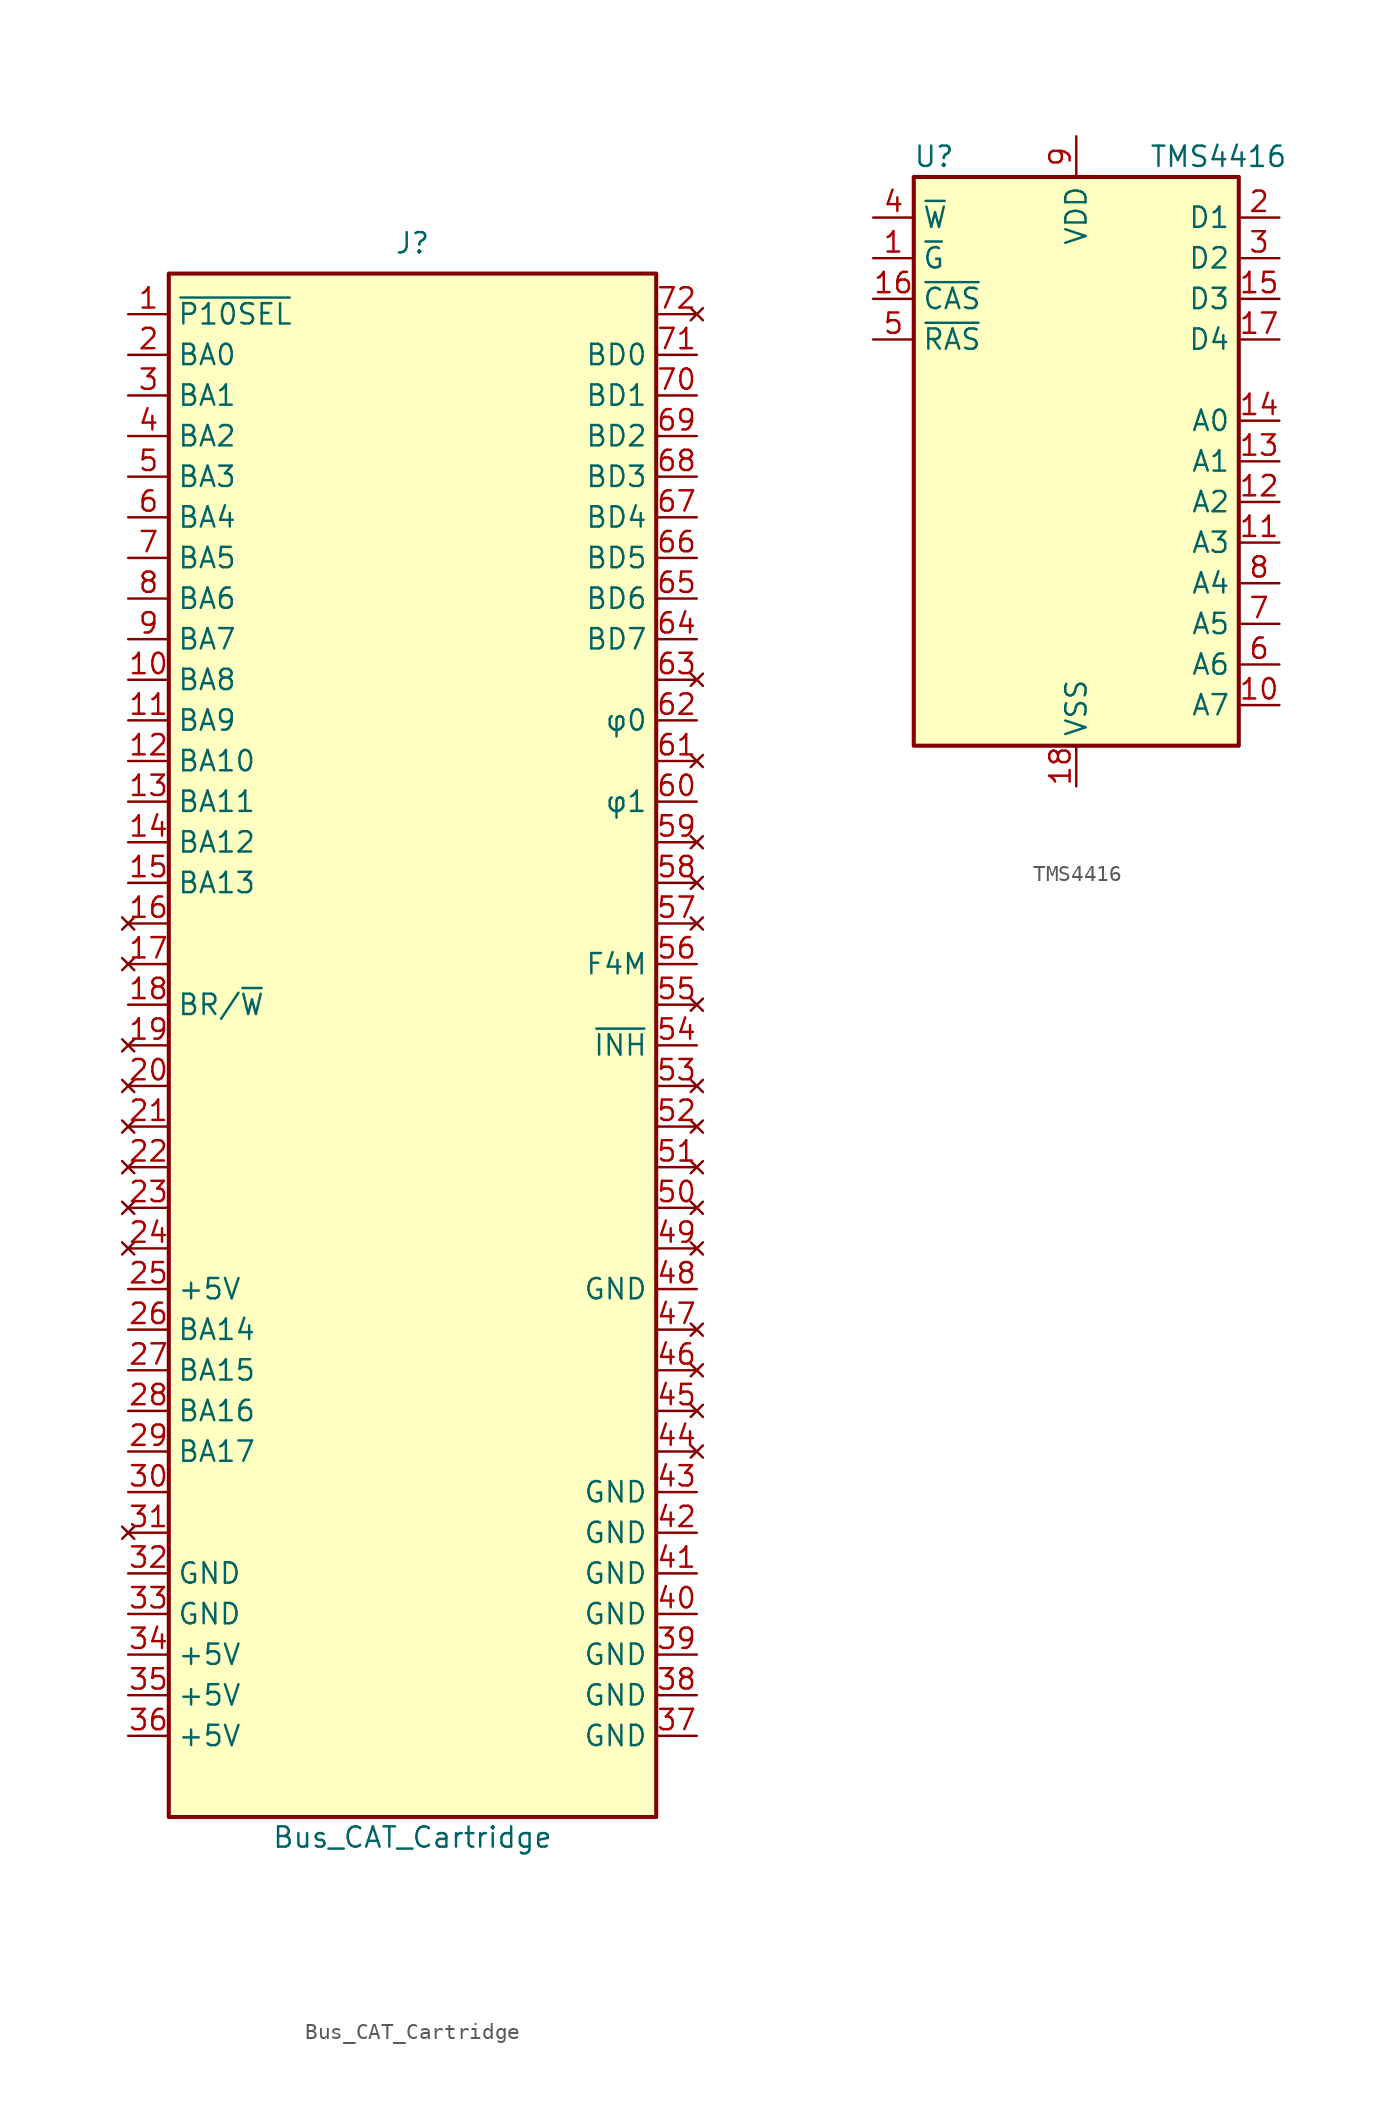
<source format=kicad_sym>
(kicad_symbol_lib
  (version 20211014)
  (generator kicad_symbol_editor)
  (symbol "Bus_CAT_Cartridge"
    (property "Reference" "J"
      (at 0 42.545 0)
      (effects (font (size 1.27 1.27))))
    (property "Value" "Bus_CAT_Cartridge"
      (at 0 -57.15 0)
      (effects (font (size 1.27 1.27))))
    (symbol "Bus_CAT_Cartridge_0_1"
      (rectangle (start -15.24 40.64) (end 15.24 -55.88) (stroke (width 0.254) (type default) (color 0 0 0 0)) (fill (type background))))
    (symbol "Bus_CAT_Cartridge_1_1"
      (pin passive line (at -17.78 38.1 0) (length 2.54) (name "~{P10SEL}" (effects (font (size 1.27 1.27)))) (number "1" (effects (font (size 1.27 1.27)))))
      (pin tri_state line (at -17.78 15.24 0) (length 2.54) (name "BA8" (effects (font (size 1.27 1.27)))) (number "10" (effects (font (size 1.27 1.27)))))
      (pin tri_state line (at -17.78 12.7 0) (length 2.54) (name "BA9" (effects (font (size 1.27 1.27)))) (number "11" (effects (font (size 1.27 1.27)))))
      (pin tri_state line (at -17.78 10.16 0) (length 2.54) (name "BA10" (effects (font (size 1.27 1.27)))) (number "12" (effects (font (size 1.27 1.27)))))
      (pin tri_state line (at -17.78 7.62 0) (length 2.54) (name "BA11" (effects (font (size 1.27 1.27)))) (number "13" (effects (font (size 1.27 1.27)))))
      (pin tri_state line (at -17.78 5.08 0) (length 2.54) (name "BA12" (effects (font (size 1.27 1.27)))) (number "14" (effects (font (size 1.27 1.27)))))
      (pin tri_state line (at -17.78 2.54 0) (length 2.54) (name "BA13" (effects (font (size 1.27 1.27)))) (number "15" (effects (font (size 1.27 1.27)))))
      (pin no_connect line (at -17.78 0 0) (length 2.54) (name "" (effects (font (size 1.27 1.27)))) (number "16" (effects (font (size 1.27 1.27)))))
      (pin no_connect line (at -17.78 -2.54 0) (length 2.54) (name "" (effects (font (size 1.27 1.27)))) (number "17" (effects (font (size 1.27 1.27)))))
      (pin passive line (at -17.78 -5.08 0) (length 2.54) (name "BR/~{W}" (effects (font (size 1.27 1.27)))) (number "18" (effects (font (size 1.27 1.27)))))
      (pin no_connect line (at -17.78 -7.62 0) (length 2.54) (name "" (effects (font (size 1.27 1.27)))) (number "19" (effects (font (size 1.27 1.27)))))
      (pin tri_state line (at -17.78 35.56 0) (length 2.54) (name "BA0" (effects (font (size 1.27 1.27)))) (number "2" (effects (font (size 1.27 1.27)))))
      (pin no_connect line (at -17.78 -10.16 0) (length 2.54) (name "" (effects (font (size 1.27 1.27)))) (number "20" (effects (font (size 1.27 1.27)))))
      (pin no_connect line (at -17.78 -12.7 0) (length 2.54) (name "" (effects (font (size 1.27 1.27)))) (number "21" (effects (font (size 1.27 1.27)))))
      (pin no_connect line (at -17.78 -15.24 0) (length 2.54) (name "" (effects (font (size 1.27 1.27)))) (number "22" (effects (font (size 1.27 1.27)))))
      (pin no_connect line (at -17.78 -17.78 0) (length 2.54) (name "" (effects (font (size 1.27 1.27)))) (number "23" (effects (font (size 1.27 1.27)))))
      (pin no_connect line (at -17.78 -20.32 0) (length 2.54) (name "" (effects (font (size 1.27 1.27)))) (number "24" (effects (font (size 1.27 1.27)))))
      (pin power_in line (at -17.78 -22.86 0) (length 2.54) (name "+5V" (effects (font (size 1.27 1.27)))) (number "25" (effects (font (size 1.27 1.27)))))
      (pin tri_state line (at -17.78 -25.4 0) (length 2.54) (name "BA14" (effects (font (size 1.27 1.27)))) (number "26" (effects (font (size 1.27 1.27)))))
      (pin tri_state line (at -17.78 -27.94 0) (length 2.54) (name "BA15" (effects (font (size 1.27 1.27)))) (number "27" (effects (font (size 1.27 1.27)))))
      (pin tri_state line (at -17.78 -30.48 0) (length 2.54) (name "BA16" (effects (font (size 1.27 1.27)))) (number "28" (effects (font (size 1.27 1.27)))))
      (pin tri_state line (at -17.78 -33.02 0) (length 2.54) (name "BA17" (effects (font (size 1.27 1.27)))) (number "29" (effects (font (size 1.27 1.27)))))
      (pin tri_state line (at -17.78 33.02 0) (length 2.54) (name "BA1" (effects (font (size 1.27 1.27)))) (number "3" (effects (font (size 1.27 1.27)))))
      (pin passive line (at -17.78 -35.56 0) (length 2.54) (name "" (effects (font (size 1.27 1.27)))) (number "30" (effects (font (size 1.27 1.27)))))
      (pin no_connect line (at -17.78 -38.1 0) (length 2.54) (name "" (effects (font (size 1.27 1.27)))) (number "31" (effects (font (size 1.27 1.27)))))
      (pin power_in line (at -17.78 -40.64 0) (length 2.54) (name "GND" (effects (font (size 1.27 1.27)))) (number "32" (effects (font (size 1.27 1.27)))))
      (pin power_in line (at -17.78 -43.18 0) (length 2.54) (name "GND" (effects (font (size 1.27 1.27)))) (number "33" (effects (font (size 1.27 1.27)))))
      (pin power_in line (at -17.78 -45.72 0) (length 2.54) (name "+5V" (effects (font (size 1.27 1.27)))) (number "34" (effects (font (size 1.27 1.27)))))
      (pin power_in line (at -17.78 -48.26 0) (length 2.54) (name "+5V" (effects (font (size 1.27 1.27)))) (number "35" (effects (font (size 1.27 1.27)))))
      (pin power_in line (at -17.78 -50.8 0) (length 2.54) (name "+5V" (effects (font (size 1.27 1.27)))) (number "36" (effects (font (size 1.27 1.27)))))
      (pin power_in line (at 17.78 -50.8 180) (length 2.54) (name "GND" (effects (font (size 1.27 1.27)))) (number "37" (effects (font (size 1.27 1.27)))))
      (pin power_in line (at 17.78 -48.26 180) (length 2.54) (name "GND" (effects (font (size 1.27 1.27)))) (number "38" (effects (font (size 1.27 1.27)))))
      (pin power_in line (at 17.78 -45.72 180) (length 2.54) (name "GND" (effects (font (size 1.27 1.27)))) (number "39" (effects (font (size 1.27 1.27)))))
      (pin tri_state line (at -17.78 30.48 0) (length 2.54) (name "BA2" (effects (font (size 1.27 1.27)))) (number "4" (effects (font (size 1.27 1.27)))))
      (pin power_in line (at 17.78 -43.18 180) (length 2.54) (name "GND" (effects (font (size 1.27 1.27)))) (number "40" (effects (font (size 1.27 1.27)))))
      (pin power_in line (at 17.78 -40.64 180) (length 2.54) (name "GND" (effects (font (size 1.27 1.27)))) (number "41" (effects (font (size 1.27 1.27)))))
      (pin power_in line (at 17.78 -38.1 180) (length 2.54) (name "GND" (effects (font (size 1.27 1.27)))) (number "42" (effects (font (size 1.27 1.27)))))
      (pin power_in line (at 17.78 -35.56 180) (length 2.54) (name "GND" (effects (font (size 1.27 1.27)))) (number "43" (effects (font (size 1.27 1.27)))))
      (pin no_connect line (at 17.78 -33.02 180) (length 2.54) (name "" (effects (font (size 1.27 1.27)))) (number "44" (effects (font (size 1.27 1.27)))))
      (pin no_connect line (at 17.78 -30.48 180) (length 2.54) (name "" (effects (font (size 1.27 1.27)))) (number "45" (effects (font (size 1.27 1.27)))))
      (pin no_connect line (at 17.78 -27.94 180) (length 2.54) (name "" (effects (font (size 1.27 1.27)))) (number "46" (effects (font (size 1.27 1.27)))))
      (pin no_connect line (at 17.78 -25.4 180) (length 2.54) (name "" (effects (font (size 1.27 1.27)))) (number "47" (effects (font (size 1.27 1.27)))))
      (pin power_in line (at 17.78 -22.86 180) (length 2.54) (name "GND" (effects (font (size 1.27 1.27)))) (number "48" (effects (font (size 1.27 1.27)))))
      (pin no_connect line (at 17.78 -20.32 180) (length 2.54) (name "" (effects (font (size 1.27 1.27)))) (number "49" (effects (font (size 1.27 1.27)))))
      (pin tri_state line (at -17.78 27.94 0) (length 2.54) (name "BA3" (effects (font (size 1.27 1.27)))) (number "5" (effects (font (size 1.27 1.27)))))
      (pin no_connect line (at 17.78 -17.78 180) (length 2.54) (name "" (effects (font (size 1.27 1.27)))) (number "50" (effects (font (size 1.27 1.27)))))
      (pin no_connect line (at 17.78 -15.24 180) (length 2.54) (name "" (effects (font (size 1.27 1.27)))) (number "51" (effects (font (size 1.27 1.27)))))
      (pin no_connect line (at 17.78 -12.7 180) (length 2.54) (name "" (effects (font (size 1.27 1.27)))) (number "52" (effects (font (size 1.27 1.27)))))
      (pin no_connect line (at 17.78 -10.16 180) (length 2.54) (name "" (effects (font (size 1.27 1.27)))) (number "53" (effects (font (size 1.27 1.27)))))
      (pin tri_state line (at 17.78 -7.62 180) (length 2.54) (name "~{INH}" (effects (font (size 1.27 1.27)))) (number "54" (effects (font (size 1.27 1.27)))))
      (pin no_connect line (at 17.78 -5.08 180) (length 2.54) (name "" (effects (font (size 1.27 1.27)))) (number "55" (effects (font (size 1.27 1.27)))))
      (pin passive line (at 17.78 -2.54 180) (length 2.54) (name "F4M" (effects (font (size 1.27 1.27)))) (number "56" (effects (font (size 1.27 1.27)))))
      (pin no_connect line (at 17.78 0 180) (length 2.54) (name "" (effects (font (size 1.27 1.27)))) (number "57" (effects (font (size 1.27 1.27)))))
      (pin no_connect line (at 17.78 2.54 180) (length 2.54) (name "" (effects (font (size 1.27 1.27)))) (number "58" (effects (font (size 1.27 1.27)))))
      (pin no_connect line (at 17.78 5.08 180) (length 2.54) (name "" (effects (font (size 1.27 1.27)))) (number "59" (effects (font (size 1.27 1.27)))))
      (pin tri_state line (at -17.78 25.4 0) (length 2.54) (name "BA4" (effects (font (size 1.27 1.27)))) (number "6" (effects (font (size 1.27 1.27)))))
      (pin passive line (at 17.78 7.62 180) (length 2.54) (name "φ1" (effects (font (size 1.27 1.27)))) (number "60" (effects (font (size 1.27 1.27)))))
      (pin no_connect line (at 17.78 10.16 180) (length 2.54) (name "" (effects (font (size 1.27 1.27)))) (number "61" (effects (font (size 1.27 1.27)))))
      (pin passive line (at 17.78 12.7 180) (length 2.54) (name "φ0" (effects (font (size 1.27 1.27)))) (number "62" (effects (font (size 1.27 1.27)))))
      (pin no_connect line (at 17.78 15.24 180) (length 2.54) (name "" (effects (font (size 1.27 1.27)))) (number "63" (effects (font (size 1.27 1.27)))))
      (pin tri_state line (at 17.78 17.78 180) (length 2.54) (name "BD7" (effects (font (size 1.27 1.27)))) (number "64" (effects (font (size 1.27 1.27)))))
      (pin tri_state line (at 17.78 20.32 180) (length 2.54) (name "BD6" (effects (font (size 1.27 1.27)))) (number "65" (effects (font (size 1.27 1.27)))))
      (pin tri_state line (at 17.78 22.86 180) (length 2.54) (name "BD5" (effects (font (size 1.27 1.27)))) (number "66" (effects (font (size 1.27 1.27)))))
      (pin tri_state line (at 17.78 25.4 180) (length 2.54) (name "BD4" (effects (font (size 1.27 1.27)))) (number "67" (effects (font (size 1.27 1.27)))))
      (pin tri_state line (at 17.78 27.94 180) (length 2.54) (name "BD3" (effects (font (size 1.27 1.27)))) (number "68" (effects (font (size 1.27 1.27)))))
      (pin tri_state line (at 17.78 30.48 180) (length 2.54) (name "BD2" (effects (font (size 1.27 1.27)))) (number "69" (effects (font (size 1.27 1.27)))))
      (pin tri_state line (at -17.78 22.86 0) (length 2.54) (name "BA5" (effects (font (size 1.27 1.27)))) (number "7" (effects (font (size 1.27 1.27)))))
      (pin tri_state line (at 17.78 33.02 180) (length 2.54) (name "BD1" (effects (font (size 1.27 1.27)))) (number "70" (effects (font (size 1.27 1.27)))))
      (pin tri_state line (at 17.78 35.56 180) (length 2.54) (name "BD0" (effects (font (size 1.27 1.27)))) (number "71" (effects (font (size 1.27 1.27)))))
      (pin no_connect line (at 17.78 38.1 180) (length 2.54) (name "" (effects (font (size 1.27 1.27)))) (number "72" (effects (font (size 1.27 1.27)))))
      (pin tri_state line (at -17.78 20.32 0) (length 2.54) (name "BA6" (effects (font (size 1.27 1.27)))) (number "8" (effects (font (size 1.27 1.27)))))
      (pin tri_state line (at -17.78 17.78 0) (length 2.54) (name "BA7" (effects (font (size 1.27 1.27)))) (number "9" (effects (font (size 1.27 1.27)))))))
  (symbol "TMS4416"
    (property "Reference" "U"
      (at -8.89 17.78 0)
      (effects (font (size 1.27 1.27))))
    (property "Value" "TMS4416"
      (at 8.89 17.78 0)
      (effects (font (size 1.27 1.27))))
    (symbol "TMS4416_1_1"
      (rectangle (start -10.16 16.51) (end 10.16 -19.05) (stroke (width 0.254) (type default) (color 0 0 0 0)) (fill (type background)))
      (pin input line (at -12.7 11.43 0) (length 2.54) (name "~{G}" (effects (font (size 1.27 1.27)))) (number "1" (effects (font (size 1.27 1.27)))))
      (pin input line (at 12.7 -16.51 180) (length 2.54) (name "A7" (effects (font (size 1.27 1.27)))) (number "10" (effects (font (size 1.27 1.27)))))
      (pin input line (at 12.7 -6.35 180) (length 2.54) (name "A3" (effects (font (size 1.27 1.27)))) (number "11" (effects (font (size 1.27 1.27)))))
      (pin input line (at 12.7 -3.81 180) (length 2.54) (name "A2" (effects (font (size 1.27 1.27)))) (number "12" (effects (font (size 1.27 1.27)))))
      (pin input line (at 12.7 -1.27 180) (length 2.54) (name "A1" (effects (font (size 1.27 1.27)))) (number "13" (effects (font (size 1.27 1.27)))))
      (pin input line (at 12.7 1.27 180) (length 2.54) (name "A0" (effects (font (size 1.27 1.27)))) (number "14" (effects (font (size 1.27 1.27)))))
      (pin bidirectional line (at 12.7 8.89 180) (length 2.54) (name "D3" (effects (font (size 1.27 1.27)))) (number "15" (effects (font (size 1.27 1.27)))))
      (pin input line (at -12.7 8.89 0) (length 2.54) (name "~{CAS}" (effects (font (size 1.27 1.27)))) (number "16" (effects (font (size 1.27 1.27)))))
      (pin bidirectional line (at 12.7 6.35 180) (length 2.54) (name "D4" (effects (font (size 1.27 1.27)))) (number "17" (effects (font (size 1.27 1.27)))))
      (pin power_in line (at 0 -21.59 90) (length 2.54) (name "VSS" (effects (font (size 1.27 1.27)))) (number "18" (effects (font (size 1.27 1.27)))))
      (pin bidirectional line (at 12.7 13.97 180) (length 2.54) (name "D1" (effects (font (size 1.27 1.27)))) (number "2" (effects (font (size 1.27 1.27)))))
      (pin bidirectional line (at 12.7 11.43 180) (length 2.54) (name "D2" (effects (font (size 1.27 1.27)))) (number "3" (effects (font (size 1.27 1.27)))))
      (pin input line (at -12.7 13.97 0) (length 2.54) (name "~{W}" (effects (font (size 1.27 1.27)))) (number "4" (effects (font (size 1.27 1.27)))))
      (pin input line (at -12.7 6.35 0) (length 2.54) (name "~{RAS}" (effects (font (size 1.27 1.27)))) (number "5" (effects (font (size 1.27 1.27)))))
      (pin input line (at 12.7 -13.97 180) (length 2.54) (name "A6" (effects (font (size 1.27 1.27)))) (number "6" (effects (font (size 1.27 1.27)))))
      (pin input line (at 12.7 -11.43 180) (length 2.54) (name "A5" (effects (font (size 1.27 1.27)))) (number "7" (effects (font (size 1.27 1.27)))))
      (pin input line (at 12.7 -8.89 180) (length 2.54) (name "A4" (effects (font (size 1.27 1.27)))) (number "8" (effects (font (size 1.27 1.27)))))
      (pin power_in line (at 0 19.05 270) (length 2.54) (name "VDD" (effects (font (size 1.27 1.27)))) (number "9" (effects (font (size 1.27 1.27))))))))
</source>
